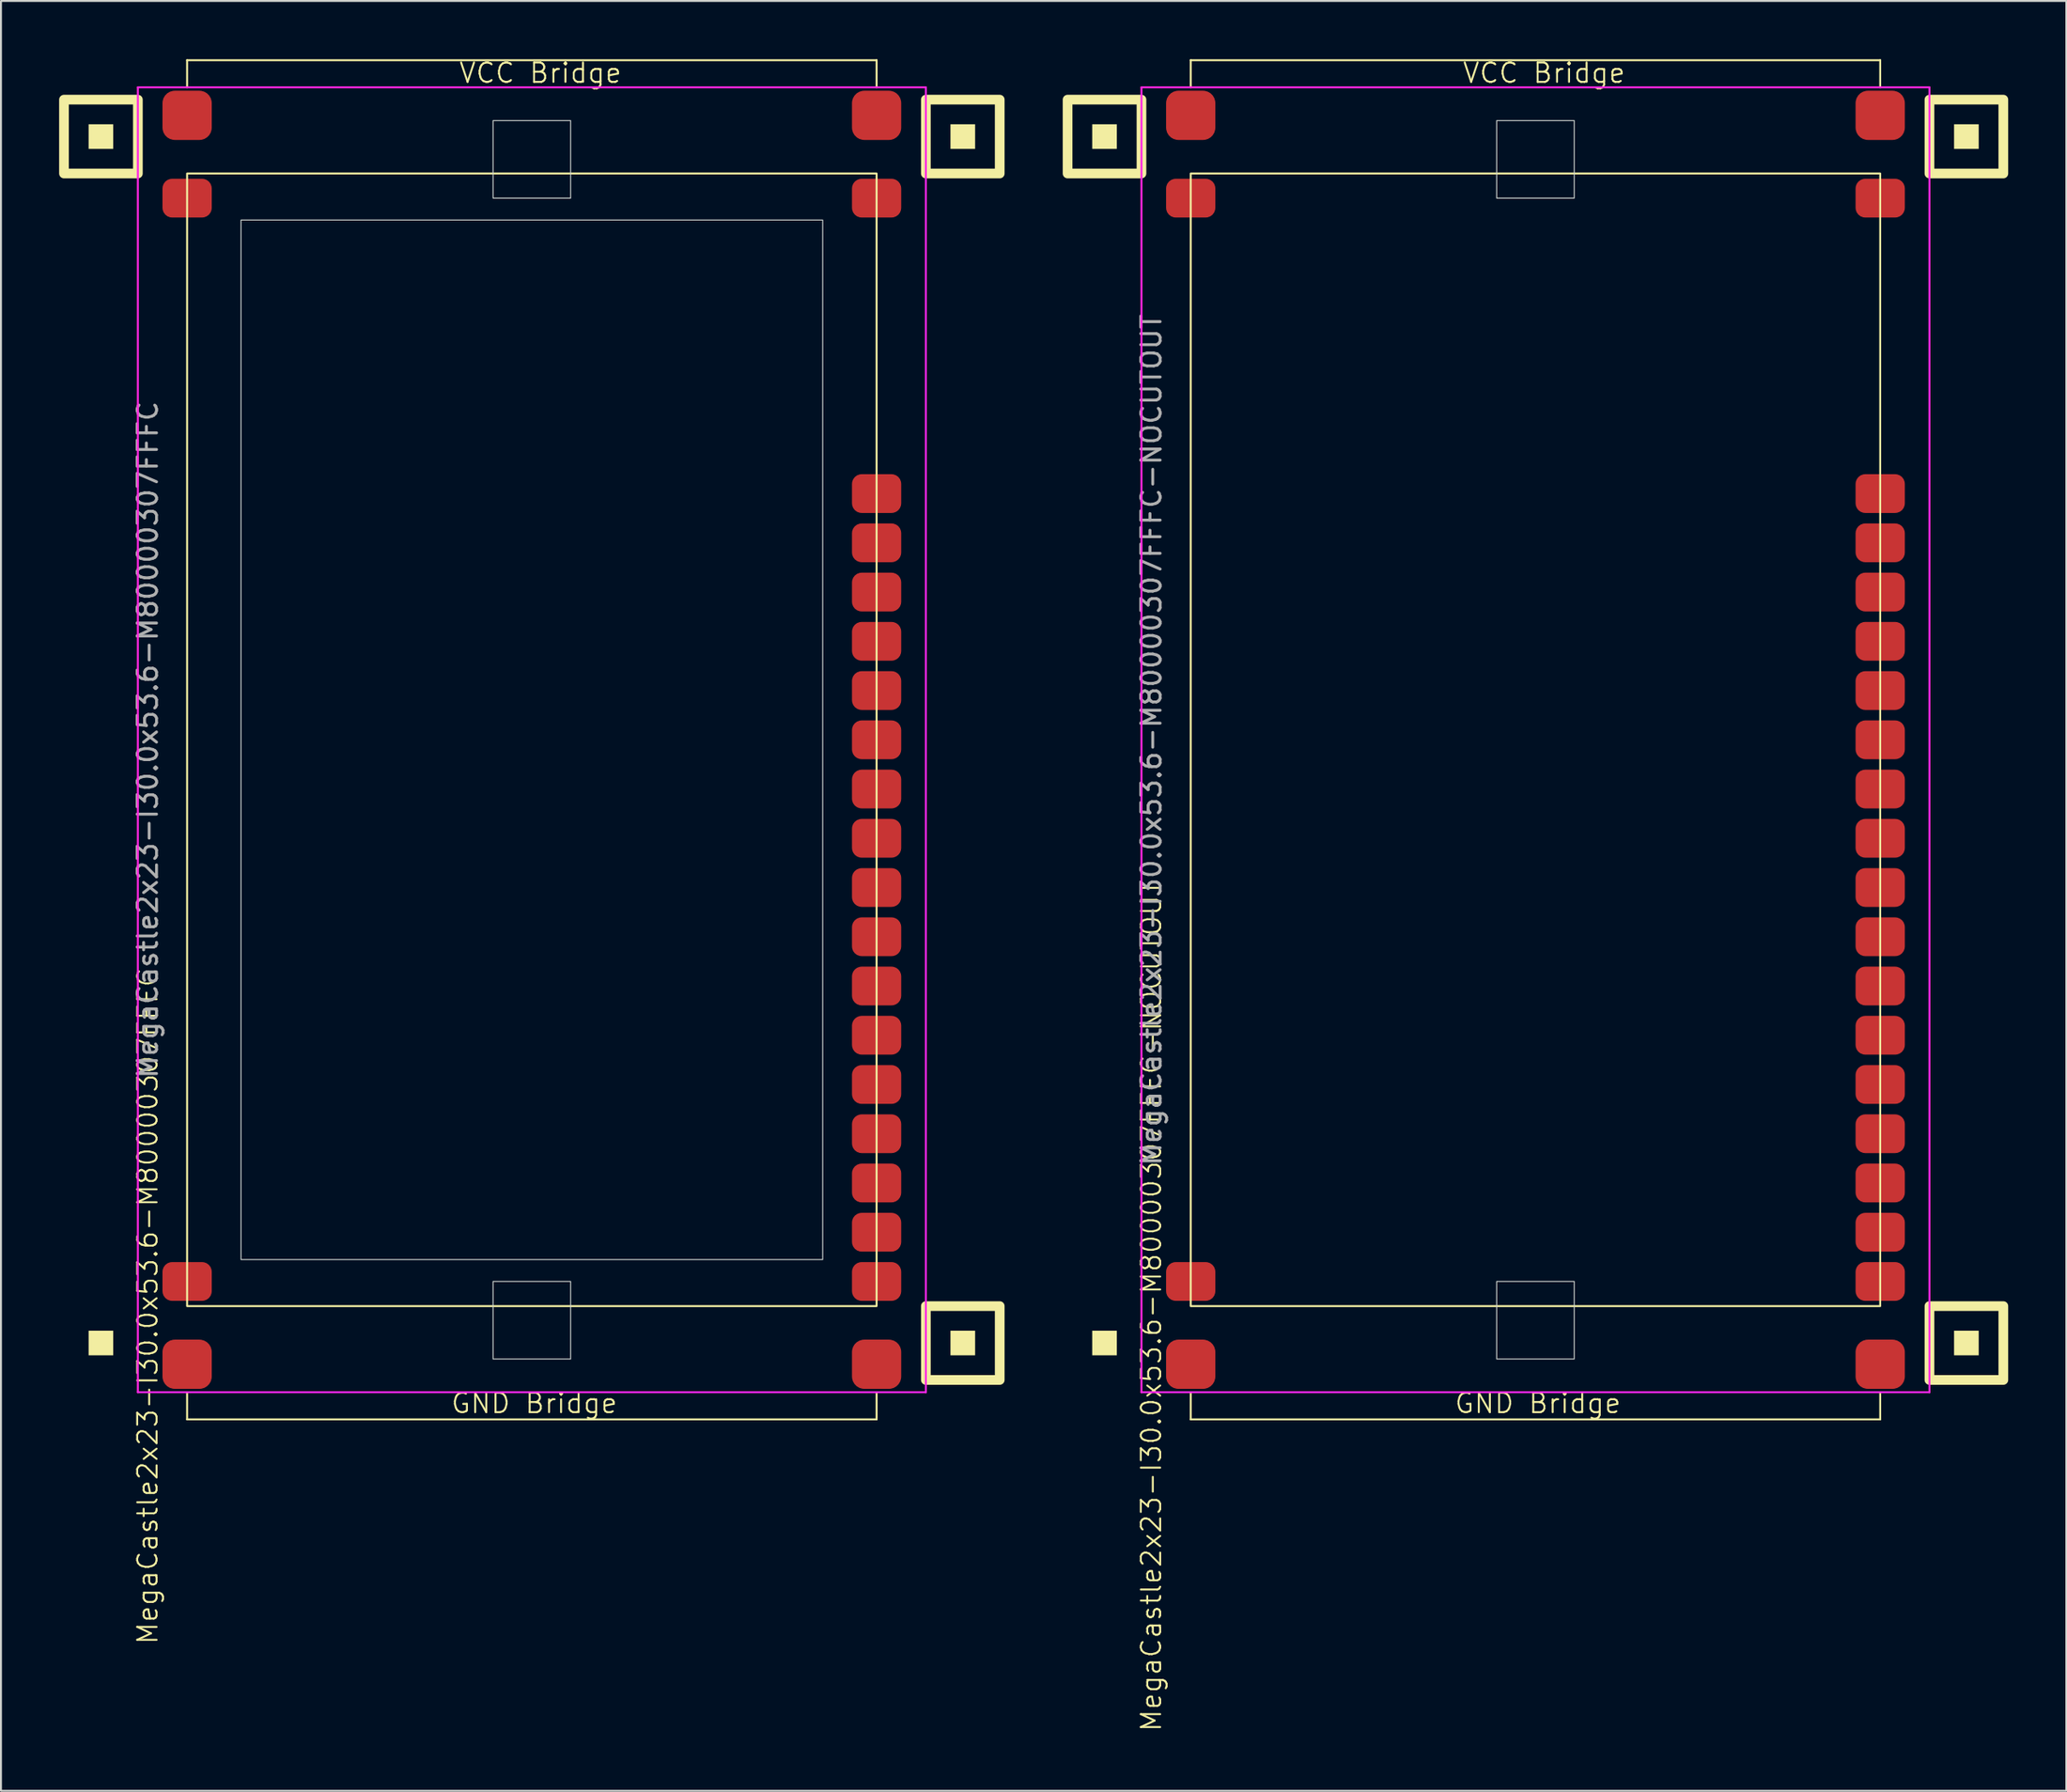
<source format=kicad_pcb>
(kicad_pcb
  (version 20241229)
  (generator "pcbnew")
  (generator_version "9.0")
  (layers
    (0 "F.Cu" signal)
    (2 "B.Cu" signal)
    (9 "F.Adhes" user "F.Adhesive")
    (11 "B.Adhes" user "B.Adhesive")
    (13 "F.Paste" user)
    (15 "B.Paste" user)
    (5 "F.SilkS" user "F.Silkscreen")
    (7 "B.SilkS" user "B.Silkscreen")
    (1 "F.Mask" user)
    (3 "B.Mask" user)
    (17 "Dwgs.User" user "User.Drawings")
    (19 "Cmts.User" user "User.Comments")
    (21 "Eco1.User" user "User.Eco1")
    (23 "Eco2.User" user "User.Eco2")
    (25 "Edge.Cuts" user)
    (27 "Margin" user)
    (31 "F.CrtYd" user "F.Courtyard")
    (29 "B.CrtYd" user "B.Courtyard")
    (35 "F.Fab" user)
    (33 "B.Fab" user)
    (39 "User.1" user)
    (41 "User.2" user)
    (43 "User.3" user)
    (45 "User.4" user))
  (footprint "MegaCastle2x23-I30.0x53.6-M80000307FFFC"
    (layer "F.Cu")
    (at 24.38 35.11)
    (property "Reference" "MegaCastle2x23-I30.0x53.6-M80000307FFFC" (at -19.812 29.21 90) (unlocked yes) (layer "F.SilkS") (effects (font (size 1 1) (thickness 0.1))))
    (attr smd)
    (fp_line (start -17.78 -35.055) (end 17.78 -35.055) (stroke (width 0.1) (type default)) (layer "F.SilkS"))
    (fp_line (start -17.78 -33.655) (end -17.78 -35.055) (stroke (width 0.1) (type default)) (layer "F.SilkS"))
    (fp_line (start -17.78 33.655) (end -17.78 35.055) (stroke (width 0.1) (type default)) (layer "F.SilkS"))
    (fp_line (start -17.78 35.055) (end 17.78 35.055) (stroke (width 0.1) (type default)) (layer "F.SilkS"))
    (fp_line (start 17.78 -33.655) (end 17.78 -35.055) (stroke (width 0.1) (type default)) (layer "F.SilkS"))
    (fp_line (start 17.78 33.655) (end 17.78 35.055) (stroke (width 0.1) (type default)) (layer "F.SilkS"))
    (fp_rect (start -21.59 -30.48) (end -22.86 -31.75) (stroke (width 0) (type solid)) (fill yes) (layer "F.SilkS"))
    (fp_rect (start -21.59 31.75) (end -22.86 30.48) (stroke (width 0) (type solid)) (fill yes) (layer "F.SilkS"))
    (fp_rect (start -20.32 -29.21) (end -24.13 -33.02) (stroke (width 0.5) (type default)) (fill no) (layer "F.SilkS"))
    (fp_rect (start -17.78 -29.21) (end 17.78 29.21) (stroke (width 0.1) (type default)) (fill no) (layer "F.SilkS"))
    (fp_rect (start 22.86 -30.48) (end 21.59 -31.75) (stroke (width 0) (type solid)) (fill yes) (layer "F.SilkS"))
    (fp_rect (start 22.86 31.75) (end 21.59 30.48) (stroke (width 0) (type solid)) (fill yes) (layer "F.SilkS"))
    (fp_rect (start 24.13 -29.21) (end 20.32 -33.02) (stroke (width 0.5) (type default)) (fill no) (layer "F.SilkS"))
    (fp_rect (start 24.13 33.02) (end 20.32 29.21) (stroke (width 0.5) (type default)) (fill no) (layer "F.SilkS"))
    (fp_rect (start -15 -26.81) (end 15 26.81) (stroke (width 0.05) (type default)) (fill no) (layer "Edge.Cuts"))
    (fp_rect (start -2 -27.94) (end 2 -31.94) (stroke (width 0.05) (type default)) (fill no) (layer "Edge.Cuts"))
    (fp_rect (start -2 27.94) (end 2 31.94) (stroke (width 0.05) (type default)) (fill no) (layer "Edge.Cuts"))
    (fp_line (start -20.32 -33.655) (end -20.32 33.655) (stroke (width 0.1) (type default)) (layer "F.CrtYd"))
    (fp_line (start -20.32 33.655) (end 20.32 33.655) (stroke (width 0.1) (type default)) (layer "F.CrtYd"))
    (fp_line (start 20.32 -33.655) (end -20.32 -33.655) (stroke (width 0.1) (type default)) (layer "F.CrtYd"))
    (fp_line (start 20.32 -33.655) (end 20.32 33.655) (stroke (width 0.1) (type default)) (layer "F.CrtYd"))
    (fp_text user "VCC Bridge" (at -3.81 -33.81 0) (unlocked yes) (layer "F.SilkS") (effects (font (size 1 1) (thickness 0.1)) (justify left bottom)))
    (fp_text user "GND Bridge" (at -4.226 34.81 0) (unlocked yes) (layer "F.SilkS") (effects (font (size 1 1) (thickness 0.1)) (justify left bottom)))
    (fp_text user "${REFERENCE}" (at -19.812 0 90) (unlocked yes) (layer "F.Fab") (effects (font (size 1 1) (thickness 0.15))))
    (pad "1" smd roundrect (at -17.78 -27.94) (size 2.54 2) (layers "F.Cu" "F.Mask" "F.Paste") (roundrect_rratio 0.25))
    (pad "23" smd roundrect (at -17.78 27.94) (size 2.54 2) (layers "F.Cu" "F.Mask" "F.Paste") (roundrect_rratio 0.25))
    (pad "24" smd roundrect (at 17.78 -27.94) (size 2.54 2) (layers "F.Cu" "F.Mask" "F.Paste") (roundrect_rratio 0.25))
    (pad "30" smd roundrect (at 17.78 -12.7) (size 2.54 2) (layers "F.Cu" "F.Mask" "F.Paste") (roundrect_rratio 0.25))
    (pad "31" smd roundrect (at 17.78 -10.16) (size 2.54 2) (layers "F.Cu" "F.Mask" "F.Paste") (roundrect_rratio 0.25))
    (pad "32" smd roundrect (at 17.78 -7.62) (size 2.54 2) (layers "F.Cu" "F.Mask" "F.Paste") (roundrect_rratio 0.25))
    (pad "33" smd roundrect (at 17.78 -5.08) (size 2.54 2) (layers "F.Cu" "F.Mask" "F.Paste") (roundrect_rratio 0.25))
    (pad "34" smd roundrect (at 17.78 -2.54) (size 2.54 2) (layers "F.Cu" "F.Mask" "F.Paste") (roundrect_rratio 0.25))
    (pad "35" smd roundrect (at 17.78 0) (size 2.54 2) (layers "F.Cu" "F.Mask" "F.Paste") (roundrect_rratio 0.25))
    (pad "36" smd roundrect (at 17.78 2.54) (size 2.54 2) (layers "F.Cu" "F.Mask" "F.Paste") (roundrect_rratio 0.25))
    (pad "37" smd roundrect (at 17.78 5.08) (size 2.54 2) (layers "F.Cu" "F.Mask" "F.Paste") (roundrect_rratio 0.25))
    (pad "38" smd roundrect (at 17.78 7.62) (size 2.54 2) (layers "F.Cu" "F.Mask" "F.Paste") (roundrect_rratio 0.25))
    (pad "39" smd roundrect (at 17.78 10.16) (size 2.54 2) (layers "F.Cu" "F.Mask" "F.Paste") (roundrect_rratio 0.25))
    (pad "40" smd roundrect (at 17.78 12.7) (size 2.54 2) (layers "F.Cu" "F.Mask" "F.Paste") (roundrect_rratio 0.25))
    (pad "41" smd roundrect (at 17.78 15.24) (size 2.54 2) (layers "F.Cu" "F.Mask" "F.Paste") (roundrect_rratio 0.25))
    (pad "42" smd roundrect (at 17.78 17.78) (size 2.54 2) (layers "F.Cu" "F.Mask" "F.Paste") (roundrect_rratio 0.25))
    (pad "43" smd roundrect (at 17.78 20.32) (size 2.54 2) (layers "F.Cu" "F.Mask" "F.Paste") (roundrect_rratio 0.25))
    (pad "44" smd roundrect (at 17.78 22.86) (size 2.54 2) (layers "F.Cu" "F.Mask" "F.Paste") (roundrect_rratio 0.25))
    (pad "45" smd roundrect (at 17.78 25.4) (size 2.54 2) (layers "F.Cu" "F.Mask" "F.Paste") (roundrect_rratio 0.25))
    (pad "46" smd roundrect (at 17.78 27.94) (size 2.54 2) (layers "F.Cu" "F.Mask" "F.Paste") (roundrect_rratio 0.25))
    (pad "A1" smd roundrect (at -17.78 -32.21) (size 2.54 2.54) (layers "F.Cu" "F.Mask" "F.Paste") (roundrect_rratio 0.25))
    (pad "A2" smd roundrect (at 17.78 -32.21) (size 2.54 2.54) (layers "F.Cu" "F.Mask" "F.Paste") (roundrect_rratio 0.25))
    (pad "B1" smd roundrect (at -17.78 32.21) (size 2.54 2.54) (layers "F.Cu" "F.Mask" "F.Paste") (roundrect_rratio 0.25))
    (pad "B2" smd roundrect (at 17.78 32.21) (size 2.54 2.54) (layers "F.Cu" "F.Mask" "F.Paste") (roundrect_rratio 0.25)))
  (footprint "MegaCastle2x23-I30.0x53.6-M80000307FFFC-NOCUTOUT"
    (layer "F.Cu")
    (at 76.14 35.11)
    (property "Reference" "MegaCastle2x23-I30.0x53.6-M80000307FFFC-NOCUTOUT" (at -19.812 29.21 90) (unlocked yes) (layer "F.SilkS") (effects (font (size 1 1) (thickness 0.1))))
    (attr smd)
    (fp_line (start -17.78 -35.055) (end 17.78 -35.055) (stroke (width 0.1) (type default)) (layer "F.SilkS"))
    (fp_line (start -17.78 -33.655) (end -17.78 -35.055) (stroke (width 0.1) (type default)) (layer "F.SilkS"))
    (fp_line (start -17.78 33.655) (end -17.78 35.055) (stroke (width 0.1) (type default)) (layer "F.SilkS"))
    (fp_line (start -17.78 35.055) (end 17.78 35.055) (stroke (width 0.1) (type default)) (layer "F.SilkS"))
    (fp_line (start 17.78 -33.655) (end 17.78 -35.055) (stroke (width 0.1) (type default)) (layer "F.SilkS"))
    (fp_line (start 17.78 33.655) (end 17.78 35.055) (stroke (width 0.1) (type default)) (layer "F.SilkS"))
    (fp_rect (start -21.59 -30.48) (end -22.86 -31.75) (stroke (width 0) (type solid)) (fill yes) (layer "F.SilkS"))
    (fp_rect (start -21.59 31.75) (end -22.86 30.48) (stroke (width 0) (type solid)) (fill yes) (layer "F.SilkS"))
    (fp_rect (start -20.32 -29.21) (end -24.13 -33.02) (stroke (width 0.5) (type default)) (fill no) (layer "F.SilkS"))
    (fp_rect (start -17.78 -29.21) (end 17.78 29.21) (stroke (width 0.1) (type default)) (fill no) (layer "F.SilkS"))
    (fp_rect (start 22.86 -30.48) (end 21.59 -31.75) (stroke (width 0) (type solid)) (fill yes) (layer "F.SilkS"))
    (fp_rect (start 22.86 31.75) (end 21.59 30.48) (stroke (width 0) (type solid)) (fill yes) (layer "F.SilkS"))
    (fp_rect (start 24.13 -29.21) (end 20.32 -33.02) (stroke (width 0.5) (type default)) (fill no) (layer "F.SilkS"))
    (fp_rect (start 24.13 33.02) (end 20.32 29.21) (stroke (width 0.5) (type default)) (fill no) (layer "F.SilkS"))
    (fp_rect (start -2 -27.94) (end 2 -31.94) (stroke (width 0.05) (type default)) (fill no) (layer "Edge.Cuts"))
    (fp_rect (start -2 27.94) (end 2 31.94) (stroke (width 0.05) (type default)) (fill no) (layer "Edge.Cuts"))
    (fp_line (start -20.32 -33.655) (end -20.32 33.655) (stroke (width 0.1) (type default)) (layer "F.CrtYd"))
    (fp_line (start -20.32 33.655) (end 20.32 33.655) (stroke (width 0.1) (type default)) (layer "F.CrtYd"))
    (fp_line (start 20.32 -33.655) (end -20.32 -33.655) (stroke (width 0.1) (type default)) (layer "F.CrtYd"))
    (fp_line (start 20.32 -33.655) (end 20.32 33.655) (stroke (width 0.1) (type default)) (layer "F.CrtYd"))
    (fp_text user "VCC Bridge" (at -3.81 -33.81 0) (unlocked yes) (layer "F.SilkS") (effects (font (size 1 1) (thickness 0.1)) (justify left bottom)))
    (fp_text user "GND Bridge" (at -4.226 34.81 0) (unlocked yes) (layer "F.SilkS") (effects (font (size 1 1) (thickness 0.1)) (justify left bottom)))
    (fp_text user "${REFERENCE}" (at -19.812 0 90) (unlocked yes) (layer "F.Fab") (effects (font (size 1 1) (thickness 0.15))))
    (pad "1" smd roundrect (at -17.78 -27.94) (size 2.54 2) (layers "F.Cu" "F.Mask" "F.Paste") (roundrect_rratio 0.25))
    (pad "23" smd roundrect (at -17.78 27.94) (size 2.54 2) (layers "F.Cu" "F.Mask" "F.Paste") (roundrect_rratio 0.25))
    (pad "24" smd roundrect (at 17.78 -27.94) (size 2.54 2) (layers "F.Cu" "F.Mask" "F.Paste") (roundrect_rratio 0.25))
    (pad "30" smd roundrect (at 17.78 -12.7) (size 2.54 2) (layers "F.Cu" "F.Mask" "F.Paste") (roundrect_rratio 0.25))
    (pad "31" smd roundrect (at 17.78 -10.16) (size 2.54 2) (layers "F.Cu" "F.Mask" "F.Paste") (roundrect_rratio 0.25))
    (pad "32" smd roundrect (at 17.78 -7.62) (size 2.54 2) (layers "F.Cu" "F.Mask" "F.Paste") (roundrect_rratio 0.25))
    (pad "33" smd roundrect (at 17.78 -5.08) (size 2.54 2) (layers "F.Cu" "F.Mask" "F.Paste") (roundrect_rratio 0.25))
    (pad "34" smd roundrect (at 17.78 -2.54) (size 2.54 2) (layers "F.Cu" "F.Mask" "F.Paste") (roundrect_rratio 0.25))
    (pad "35" smd roundrect (at 17.78 0) (size 2.54 2) (layers "F.Cu" "F.Mask" "F.Paste") (roundrect_rratio 0.25))
    (pad "36" smd roundrect (at 17.78 2.54) (size 2.54 2) (layers "F.Cu" "F.Mask" "F.Paste") (roundrect_rratio 0.25))
    (pad "37" smd roundrect (at 17.78 5.08) (size 2.54 2) (layers "F.Cu" "F.Mask" "F.Paste") (roundrect_rratio 0.25))
    (pad "38" smd roundrect (at 17.78 7.62) (size 2.54 2) (layers "F.Cu" "F.Mask" "F.Paste") (roundrect_rratio 0.25))
    (pad "39" smd roundrect (at 17.78 10.16) (size 2.54 2) (layers "F.Cu" "F.Mask" "F.Paste") (roundrect_rratio 0.25))
    (pad "40" smd roundrect (at 17.78 12.7) (size 2.54 2) (layers "F.Cu" "F.Mask" "F.Paste") (roundrect_rratio 0.25))
    (pad "41" smd roundrect (at 17.78 15.24) (size 2.54 2) (layers "F.Cu" "F.Mask" "F.Paste") (roundrect_rratio 0.25))
    (pad "42" smd roundrect (at 17.78 17.78) (size 2.54 2) (layers "F.Cu" "F.Mask" "F.Paste") (roundrect_rratio 0.25))
    (pad "43" smd roundrect (at 17.78 20.32) (size 2.54 2) (layers "F.Cu" "F.Mask" "F.Paste") (roundrect_rratio 0.25))
    (pad "44" smd roundrect (at 17.78 22.86) (size 2.54 2) (layers "F.Cu" "F.Mask" "F.Paste") (roundrect_rratio 0.25))
    (pad "45" smd roundrect (at 17.78 25.4) (size 2.54 2) (layers "F.Cu" "F.Mask" "F.Paste") (roundrect_rratio 0.25))
    (pad "46" smd roundrect (at 17.78 27.94) (size 2.54 2) (layers "F.Cu" "F.Mask" "F.Paste") (roundrect_rratio 0.25))
    (pad "A1" smd roundrect (at -17.78 -32.21) (size 2.54 2.54) (layers "F.Cu" "F.Mask" "F.Paste") (roundrect_rratio 0.25))
    (pad "A2" smd roundrect (at 17.78 -32.21) (size 2.54 2.54) (layers "F.Cu" "F.Mask" "F.Paste") (roundrect_rratio 0.25))
    (pad "B1" smd roundrect (at -17.78 32.21) (size 2.54 2.54) (layers "F.Cu" "F.Mask" "F.Paste") (roundrect_rratio 0.25))
    (pad "B2" smd roundrect (at 17.78 32.21) (size 2.54 2.54) (layers "F.Cu" "F.Mask" "F.Paste") (roundrect_rratio 0.25)))
  (gr_rect
    (start -3 -3)
    (end 103.52 89.322)
    (stroke (width 0.1) (type default))
    (fill no)
    (layer "Edge.Cuts")))
</source>
